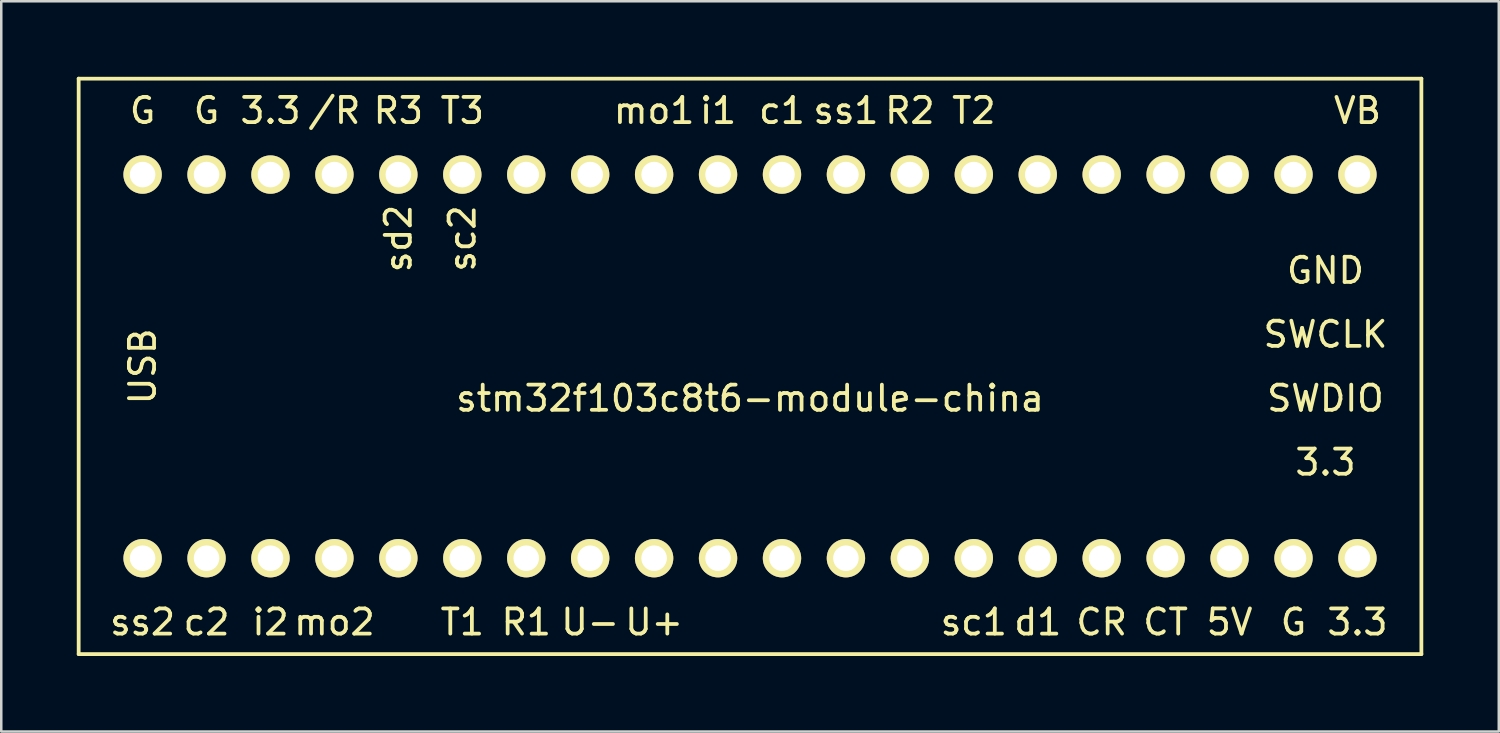
<source format=kicad_pcb>
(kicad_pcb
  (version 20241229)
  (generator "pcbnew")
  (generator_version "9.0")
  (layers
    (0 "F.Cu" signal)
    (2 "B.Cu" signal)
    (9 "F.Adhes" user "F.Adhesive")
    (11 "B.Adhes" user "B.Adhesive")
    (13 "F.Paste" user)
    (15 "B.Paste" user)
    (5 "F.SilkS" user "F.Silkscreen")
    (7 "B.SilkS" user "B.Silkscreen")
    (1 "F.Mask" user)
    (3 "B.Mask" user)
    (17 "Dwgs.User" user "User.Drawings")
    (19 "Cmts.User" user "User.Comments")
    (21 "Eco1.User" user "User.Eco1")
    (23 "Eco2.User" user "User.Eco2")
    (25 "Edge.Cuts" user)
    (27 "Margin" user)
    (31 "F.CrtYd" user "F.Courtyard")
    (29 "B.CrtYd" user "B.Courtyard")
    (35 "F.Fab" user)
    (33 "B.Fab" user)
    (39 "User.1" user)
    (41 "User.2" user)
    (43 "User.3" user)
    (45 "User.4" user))
  (footprint "stm32f103c8t6-module-china"
    (layer "F.Cu")
    (at 26.745 11.505)
    (property "Reference" "stm32f103c8t6-module-china" (at 0 1.27 0) (layer "F.SilkS") (effects (font (size 1 1) (thickness 0.15))))
    (attr through_hole)
    (fp_line (start -26.67 -11.43) (end -26.67 11.43) (stroke (width 0.15) (type solid)) (layer "F.SilkS"))
    (fp_line (start -26.67 11.43) (end 26.67 11.43) (stroke (width 0.15) (type solid)) (layer "F.SilkS"))
    (fp_line (start 26.67 -11.43) (end -26.67 -11.43) (stroke (width 0.15) (type solid)) (layer "F.SilkS"))
    (fp_line (start 26.67 11.43) (end 26.67 -11.43) (stroke (width 0.15) (type solid)) (layer "F.SilkS"))
    (fp_text user "sc1" (at 8.89 10.16 0) (layer "F.SilkS") (effects (font (size 1 1) (thickness 0.15))))
    (fp_text user "sc2" (at -11.43 -5.08 90) (layer "F.SilkS") (effects (font (size 1 1) (thickness 0.15))))
    (fp_text user "CR" (at 13.97 10.16 0) (layer "F.SilkS") (effects (font (size 1 1) (thickness 0.15))))
    (fp_text user "CT" (at 16.51 10.16 0) (layer "F.SilkS") (effects (font (size 1 1) (thickness 0.15))))
    (fp_text user "5V" (at 19.05 10.16 0) (layer "F.SilkS") (effects (font (size 1 1) (thickness 0.15))))
    (fp_text user "i2" (at -19.05 10.16 0) (layer "F.SilkS") (effects (font (size 1 1) (thickness 0.15))))
    (fp_text user "T3" (at -11.43 -10.16 0) (layer "F.SilkS") (effects (font (size 1 1) (thickness 0.15))))
    (fp_text user "ss1" (at 3.81 -10.16 0) (layer "F.SilkS") (effects (font (size 1 1) (thickness 0.15))))
    (fp_text user "3.3" (at 24.13 10.16 0) (layer "F.SilkS") (effects (font (size 1 1) (thickness 0.15))))
    (fp_text user "/R" (at -16.51 -10.16 0) (layer "F.SilkS") (effects (font (size 1 1) (thickness 0.15))))
    (fp_text user "mo1" (at -3.81 -10.16 0) (layer "F.SilkS") (effects (font (size 1 1) (thickness 0.15))))
    (fp_text user "SWCLK" (at 22.86 -1.27 0) (layer "F.SilkS") (effects (font (size 1 1) (thickness 0.15))))
    (fp_text user "R1" (at -8.89 10.16 0) (layer "F.SilkS") (effects (font (size 1 1) (thickness 0.15))))
    (fp_text user "c2" (at -21.59 10.16 0) (layer "F.SilkS") (effects (font (size 1 1) (thickness 0.15))))
    (fp_text user "3.3" (at -19.05 -10.16 0) (layer "F.SilkS") (effects (font (size 1 1) (thickness 0.15))))
    (fp_text user "GND" (at 22.86 -3.81 0) (layer "F.SilkS") (effects (font (size 1 1) (thickness 0.15))))
    (fp_text user "3.3" (at 22.86 3.81 0) (layer "F.SilkS") (effects (font (size 1 1) (thickness 0.15))))
    (fp_text user "R3" (at -13.97 -10.16 0) (layer "F.SilkS") (effects (font (size 1 1) (thickness 0.15))))
    (fp_text user "R2" (at 6.35 -10.16 0) (layer "F.SilkS") (effects (font (size 1 1) (thickness 0.15))))
    (fp_text user "i1" (at -1.27 -10.16 0) (layer "F.SilkS") (effects (font (size 1 1) (thickness 0.15))))
    (fp_text user "U+" (at -3.81 10.16 0) (layer "F.SilkS") (effects (font (size 1 1) (thickness 0.15))))
    (fp_text user "ss2" (at -24.13 10.16 0) (layer "F.SilkS") (effects (font (size 1 1) (thickness 0.15))))
    (fp_text user "G" (at -24.13 -10.16 0) (layer "F.SilkS") (effects (font (size 1 1) (thickness 0.15))))
    (fp_text user "T1" (at -11.43 10.16 0) (layer "F.SilkS") (effects (font (size 1 1) (thickness 0.15))))
    (fp_text user "G" (at -21.59 -10.16 0) (layer "F.SilkS") (effects (font (size 1 1) (thickness 0.15))))
    (fp_text user "USB" (at -24.13 0 90) (layer "F.SilkS") (effects (font (size 1 1) (thickness 0.15))))
    (fp_text user "SWDIO" (at 22.86 1.27 0) (layer "F.SilkS") (effects (font (size 1 1) (thickness 0.15))))
    (fp_text user "mo2" (at -16.51 10.16 0) (layer "F.SilkS") (effects (font (size 1 1) (thickness 0.15))))
    (fp_text user "G" (at 21.59 10.16 0) (layer "F.SilkS") (effects (font (size 1 1) (thickness 0.15))))
    (fp_text user "T2" (at 8.89 -10.16 0) (layer "F.SilkS") (effects (font (size 1 1) (thickness 0.15))))
    (fp_text user "U-" (at -6.35 10.16 0) (layer "F.SilkS") (effects (font (size 1 1) (thickness 0.15))))
    (fp_text user "VB" (at 24.13 -10.16 0) (layer "F.SilkS") (effects (font (size 1 1) (thickness 0.15))))
    (fp_text user "sd2" (at -13.97 -5.08 90) (layer "F.SilkS") (effects (font (size 1 1) (thickness 0.15))))
    (fp_text user "c1" (at 1.27 -10.16 0) (layer "F.SilkS") (effects (font (size 1 1) (thickness 0.15))))
    (fp_text user "d1" (at 11.43 10.16 0) (layer "F.SilkS") (effects (font (size 1 1) (thickness 0.15))))
    (pad "1" thru_hole circle (at -24.13 7.62) (size 1.524 1.524) (drill 1.016) (layers "*.Cu" "*.Mask" "F.SilkS"))
    (pad "2" thru_hole circle (at -21.59 7.62) (size 1.524 1.524) (drill 1.016) (layers "*.Cu" "*.Mask" "F.SilkS"))
    (pad "3" thru_hole circle (at -19.05 7.62) (size 1.524 1.524) (drill 1.016) (layers "*.Cu" "*.Mask" "F.SilkS"))
    (pad "4" thru_hole circle (at -16.51 7.62) (size 1.524 1.524) (drill 1.016) (layers "*.Cu" "*.Mask" "F.SilkS"))
    (pad "5" thru_hole circle (at -13.97 7.62) (size 1.524 1.524) (drill 1.016) (layers "*.Cu" "*.Mask" "F.SilkS"))
    (pad "6" thru_hole circle (at -11.43 7.62) (size 1.524 1.524) (drill 1.016) (layers "*.Cu" "*.Mask" "F.SilkS"))
    (pad "7" thru_hole circle (at -8.89 7.62) (size 1.524 1.524) (drill 1.016) (layers "*.Cu" "*.Mask" "F.SilkS"))
    (pad "8" thru_hole circle (at -6.35 7.62) (size 1.524 1.524) (drill 1.016) (layers "*.Cu" "*.Mask" "F.SilkS"))
    (pad "9" thru_hole circle (at -3.81 7.62) (size 1.524 1.524) (drill 1.016) (layers "*.Cu" "*.Mask" "F.SilkS"))
    (pad "10" thru_hole circle (at -1.27 7.62) (size 1.524 1.524) (drill 1.016) (layers "*.Cu" "*.Mask" "F.SilkS"))
    (pad "11" thru_hole circle (at 1.27 7.62) (size 1.524 1.524) (drill 1.016) (layers "*.Cu" "*.Mask" "F.SilkS"))
    (pad "12" thru_hole circle (at 3.81 7.62) (size 1.524 1.524) (drill 1.016) (layers "*.Cu" "*.Mask" "F.SilkS"))
    (pad "13" thru_hole circle (at 6.35 7.62) (size 1.524 1.524) (drill 1.016) (layers "*.Cu" "*.Mask" "F.SilkS"))
    (pad "14" thru_hole circle (at 8.89 7.62) (size 1.524 1.524) (drill 1.016) (layers "*.Cu" "*.Mask" "F.SilkS"))
    (pad "15" thru_hole circle (at 11.43 7.62) (size 1.524 1.524) (drill 1.016) (layers "*.Cu" "*.Mask" "F.SilkS"))
    (pad "16" thru_hole circle (at 13.97 7.62) (size 1.524 1.524) (drill 1.016) (layers "*.Cu" "*.Mask" "F.SilkS"))
    (pad "17" thru_hole circle (at 16.51 7.62) (size 1.524 1.524) (drill 1.016) (layers "*.Cu" "*.Mask" "F.SilkS"))
    (pad "18" thru_hole circle (at 19.05 7.62) (size 1.524 1.524) (drill 1.016) (layers "*.Cu" "*.Mask" "F.SilkS"))
    (pad "19" thru_hole circle (at 21.59 7.62) (size 1.524 1.524) (drill 1.016) (layers "*.Cu" "*.Mask" "F.SilkS"))
    (pad "20" thru_hole circle (at 24.13 7.62) (size 1.524 1.524) (drill 1.016) (layers "*.Cu" "*.Mask" "F.SilkS"))
    (pad "21" thru_hole circle (at 24.13 -7.62) (size 1.524 1.524) (drill 1.016) (layers "*.Cu" "*.Mask" "F.SilkS"))
    (pad "22" thru_hole circle (at 21.59 -7.62) (size 1.524 1.524) (drill 1.016) (layers "*.Cu" "*.Mask" "F.SilkS"))
    (pad "23" thru_hole circle (at 19.05 -7.62) (size 1.524 1.524) (drill 1.016) (layers "*.Cu" "*.Mask" "F.SilkS"))
    (pad "24" thru_hole circle (at 16.51 -7.62) (size 1.524 1.524) (drill 1.016) (layers "*.Cu" "*.Mask" "F.SilkS"))
    (pad "25" thru_hole circle (at 13.97 -7.62) (size 1.524 1.524) (drill 1.016) (layers "*.Cu" "*.Mask" "F.SilkS"))
    (pad "26" thru_hole circle (at 11.43 -7.62) (size 1.524 1.524) (drill 1.016) (layers "*.Cu" "*.Mask" "F.SilkS"))
    (pad "27" thru_hole circle (at 8.89 -7.62) (size 1.524 1.524) (drill 1.016) (layers "*.Cu" "*.Mask" "F.SilkS"))
    (pad "28" thru_hole circle (at 6.35 -7.62) (size 1.524 1.524) (drill 1.016) (layers "*.Cu" "*.Mask" "F.SilkS"))
    (pad "29" thru_hole circle (at 3.81 -7.62) (size 1.524 1.524) (drill 1.016) (layers "*.Cu" "*.Mask" "F.SilkS"))
    (pad "30" thru_hole circle (at 1.27 -7.62) (size 1.524 1.524) (drill 1.016) (layers "*.Cu" "*.Mask" "F.SilkS"))
    (pad "31" thru_hole circle (at -1.27 -7.62) (size 1.524 1.524) (drill 1.016) (layers "*.Cu" "*.Mask" "F.SilkS"))
    (pad "32" thru_hole circle (at -3.81 -7.62) (size 1.524 1.524) (drill 1.016) (layers "*.Cu" "*.Mask" "F.SilkS"))
    (pad "33" thru_hole circle (at -6.35 -7.62) (size 1.524 1.524) (drill 1.016) (layers "*.Cu" "*.Mask" "F.SilkS"))
    (pad "34" thru_hole circle (at -8.89 -7.62) (size 1.524 1.524) (drill 1.016) (layers "*.Cu" "*.Mask" "F.SilkS"))
    (pad "35" thru_hole circle (at -11.43 -7.62) (size 1.524 1.524) (drill 1.016) (layers "*.Cu" "*.Mask" "F.SilkS"))
    (pad "36" thru_hole circle (at -13.97 -7.62) (size 1.524 1.524) (drill 1.016) (layers "*.Cu" "*.Mask" "F.SilkS"))
    (pad "37" thru_hole circle (at -16.51 -7.62) (size 1.524 1.524) (drill 1.016) (layers "*.Cu" "*.Mask" "F.SilkS"))
    (pad "38" thru_hole circle (at -19.05 -7.62) (size 1.524 1.524) (drill 1.016) (layers "*.Cu" "*.Mask" "F.SilkS"))
    (pad "39" thru_hole circle (at -21.59 -7.62) (size 1.524 1.524) (drill 1.016) (layers "*.Cu" "*.Mask" "F.SilkS"))
    (pad "40" thru_hole circle (at -24.13 -7.62) (size 1.524 1.524) (drill 1.016) (layers "*.Cu" "*.Mask" "F.SilkS")))
  (gr_rect
    (start -3 -3)
    (end 56.49 26.01)
    (stroke (width 0.1) (type default))
    (fill no)
    (layer "Edge.Cuts")))
</source>
